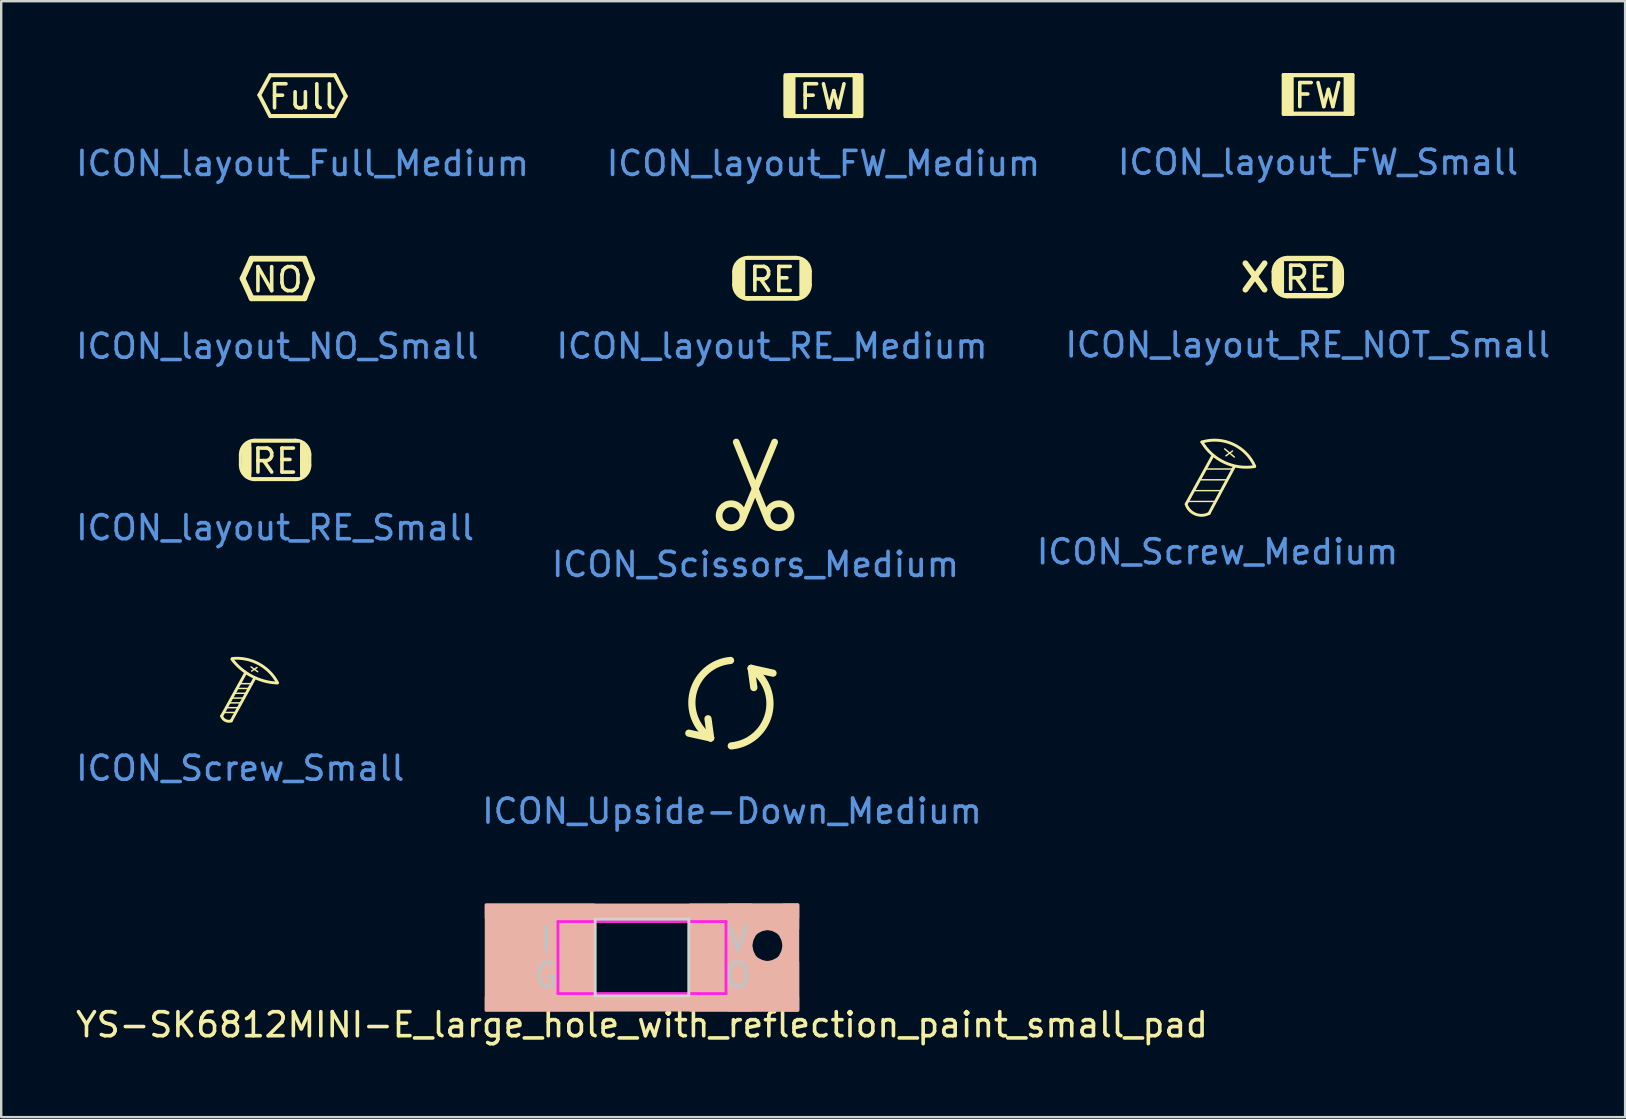
<source format=kicad_pcb>
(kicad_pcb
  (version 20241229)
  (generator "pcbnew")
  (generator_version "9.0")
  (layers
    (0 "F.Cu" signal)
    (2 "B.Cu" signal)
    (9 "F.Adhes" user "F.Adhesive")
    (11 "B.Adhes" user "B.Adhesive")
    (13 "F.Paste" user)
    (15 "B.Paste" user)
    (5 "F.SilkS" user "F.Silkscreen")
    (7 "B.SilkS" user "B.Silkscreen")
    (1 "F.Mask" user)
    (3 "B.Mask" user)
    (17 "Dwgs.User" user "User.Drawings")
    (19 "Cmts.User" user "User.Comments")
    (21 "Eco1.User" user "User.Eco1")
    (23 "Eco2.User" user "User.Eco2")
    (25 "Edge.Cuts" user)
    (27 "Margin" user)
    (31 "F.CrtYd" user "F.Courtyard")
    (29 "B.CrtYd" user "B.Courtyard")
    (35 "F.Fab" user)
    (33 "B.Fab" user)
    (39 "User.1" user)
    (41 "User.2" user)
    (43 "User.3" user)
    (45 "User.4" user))
  (footprint "ICON_layout_RE_NOT_Small"
    (layer "F.Cu")
    (at 51.435 10.618)
    (property "Reference" "ICON_layout_RE_NOT_Small" (at 0 0.7 0) (layer "Cmts.User") (effects (font (size 1 1) (thickness 0.15))))
    (attr through_hole)
    (fp_line (start -2.6 -1.6) (end -1.8 -2.7) (stroke (width 0.24) (type solid)) (layer "F.SilkS"))
    (fp_line (start -1.8 -1.6) (end -2.6 -2.7) (stroke (width 0.24) (type solid)) (layer "F.SilkS"))
    (fp_line (start -1.45 -2.35) (end -1.45 -1.9) (stroke (width 0.12) (type solid)) (layer "F.SilkS"))
    (fp_line (start -0.85 -2.95) (end 0.85 -2.95) (stroke (width 0.12) (type solid)) (layer "F.SilkS"))
    (fp_line (start 0.85 -1.3) (end -0.85 -1.3) (stroke (width 0.12) (type solid)) (layer "F.SilkS"))
    (fp_line (start 1.45 -2.35) (end 1.45 -1.9) (stroke (width 0.12) (type solid)) (layer "F.SilkS"))
    (fp_rect (start -1.35 -2.65) (end -1.05 -1.6) (stroke (width 0.12) (type solid)) (fill yes) (layer "F.SilkS"))
    (fp_rect (start -1.2 -2.8) (end -1.05 -1.45) (stroke (width 0.12) (type solid)) (fill yes) (layer "F.SilkS"))
    (fp_rect (start -1 -2.9) (end 1.03 -2.85) (stroke (width 0.12) (type solid)) (fill yes) (layer "F.SilkS"))
    (fp_rect (start -1 -1.4) (end 1.045 -1.35) (stroke (width 0.12) (type solid)) (fill yes) (layer "F.SilkS"))
    (fp_rect (start 1.1 -2.8) (end 1.2 -1.45) (stroke (width 0.12) (type solid)) (fill yes) (layer "F.SilkS"))
    (fp_rect (start 1.1 -2.65) (end 1.35 -1.6) (stroke (width 0.12) (type solid)) (fill yes) (layer "F.SilkS"))
    (fp_arc (start -1.45 -2.35) (mid -1.274264 -2.774264) (end -0.85 -2.95) (stroke (width 0.12) (type solid)) (layer "F.SilkS"))
    (fp_arc (start -0.85 -1.3) (mid -1.274264 -1.475736) (end -1.45 -1.9) (stroke (width 0.12) (type solid)) (layer "F.SilkS"))
    (fp_arc (start 0.85 -2.95) (mid 1.274264 -2.774264) (end 1.45 -2.35) (stroke (width 0.12) (type solid)) (layer "F.SilkS"))
    (fp_arc (start 1.45 -1.9) (mid 1.274264 -1.475736) (end 0.85 -1.3) (stroke (width 0.12) (type solid)) (layer "F.SilkS"))
    (fp_text user "RE" (at 0 -2.075 0) (unlocked yes) (layer "F.SilkS") (effects (font (size 1 1) (thickness 0.15)))))
  (footprint "ICON_layout_RE_Medium"
    (layer "F.Cu")
    (at 29.113 10.668)
    (property "Reference" "ICON_layout_RE_Medium" (at 0 0.7 0) (layer "Cmts.User") (effects (font (size 1 1) (thickness 0.15))))
    (attr through_hole)
    (fp_line (start -1.6 -2.4) (end -1.6 -1.85) (stroke (width 0.12) (type solid)) (layer "F.SilkS"))
    (fp_line (start -1 -3) (end 1 -3) (stroke (width 0.12) (type solid)) (layer "F.SilkS"))
    (fp_line (start 1 -1.25) (end -1 -1.25) (stroke (width 0.12) (type solid)) (layer "F.SilkS"))
    (fp_line (start 1.6 -2.4) (end 1.6 -1.85) (stroke (width 0.12) (type solid)) (layer "F.SilkS"))
    (fp_rect (start -1.525 -2.65) (end -1.2 -1.6) (stroke (width 0.12) (type solid)) (fill yes) (layer "F.SilkS"))
    (fp_rect (start -1.4 -2.825) (end -1.2 -1.425) (stroke (width 0.12) (type solid)) (fill yes) (layer "F.SilkS"))
    (fp_rect (start -1.225 -2.925) (end -1.175 -1.325) (stroke (width 0.12) (type solid)) (fill yes) (layer "F.SilkS"))
    (fp_rect (start -1.15 -2.95) (end 1.175 -2.95) (stroke (width 0.12) (type solid)) (fill yes) (layer "F.SilkS"))
    (fp_rect (start -1.125 -1.325) (end 1.15 -1.325) (stroke (width 0.12) (type solid)) (fill yes) (layer "F.SilkS"))
    (fp_rect (start 1.2 -2.925) (end 1.25 -1.325) (stroke (width 0.12) (type solid)) (fill yes) (layer "F.SilkS"))
    (fp_rect (start 1.225 -2.825) (end 1.4 -1.425) (stroke (width 0.12) (type solid)) (fill yes) (layer "F.SilkS"))
    (fp_rect (start 1.25 -2.65) (end 1.525 -1.6) (stroke (width 0.12) (type solid)) (fill yes) (layer "F.SilkS"))
    (fp_arc (start -1.6 -2.4) (mid -1.424264 -2.824264) (end -1 -3) (stroke (width 0.12) (type solid)) (layer "F.SilkS"))
    (fp_arc (start -1 -1.25) (mid -1.424264 -1.425736) (end -1.6 -1.85) (stroke (width 0.12) (type solid)) (layer "F.SilkS"))
    (fp_arc (start 1 -3) (mid 1.424264 -2.824264) (end 1.6 -2.4) (stroke (width 0.12) (type solid)) (layer "F.SilkS"))
    (fp_arc (start 1.6 -1.85) (mid 1.424264 -1.425736) (end 1 -1.25) (stroke (width 0.12) (type solid)) (layer "F.SilkS"))
    (fp_text user "RE" (at 0 -2.075 0) (unlocked yes) (layer "F.SilkS") (effects (font (size 1 1) (thickness 0.15)))))
  (footprint "ICON_Upside-Down_Medium"
    (layer "F.Cu")
    (at 27.446 30.245)
    (property "Reference" "ICON_Upside-Down_Medium" (at 0 0.5 0) (layer "Cmts.User") (effects (font (size 1 1) (thickness 0.15))))
    (attr through_hole)
    (fp_line (start -0.89 -2.55) (end -1.8 -2.75) (stroke (width 0.3) (type solid)) (layer "F.SilkS"))
    (fp_line (start -0.89 -2.55) (end -1 -3.35) (stroke (width 0.3) (type solid)) (layer "F.SilkS"))
    (fp_line (start 0.8 -5.45) (end 0.91 -4.65) (stroke (width 0.3) (type solid)) (layer "F.SilkS"))
    (fp_line (start 0.8 -5.45) (end 1.71 -5.25) (stroke (width 0.3) (type solid)) (layer "F.SilkS"))
    (fp_arc (start -0.89 -2.55) (mid -1.615568 -4.461092) (end -0.06 -5.78) (stroke (width 0.3) (type solid)) (layer "F.SilkS"))
    (fp_arc (start 0.8 -5.45) (mid 1.526295 -3.541726) (end -0.03 -2.22) (stroke (width 0.3) (type solid)) (layer "F.SilkS")))
  (footprint "ICON_layout_NO_Small"
    (layer "F.Cu")
    (at 8.506 10.678)
    (property "Reference" "ICON_layout_NO_Small" (at 0 0.7 0) (layer "Cmts.User") (effects (font (size 1 1) (thickness 0.15))))
    (attr through_hole)
    (fp_line (start -1.45 -2.125) (end -1.075 -2.95) (stroke (width 0.24) (type solid)) (layer "F.SilkS"))
    (fp_line (start -1.075 -2.95) (end 1.125 -2.95) (stroke (width 0.24) (type solid)) (layer "F.SilkS"))
    (fp_line (start -1.075 -1.3) (end -1.45 -2.125) (stroke (width 0.24) (type solid)) (layer "F.SilkS"))
    (fp_line (start 1.125 -2.95) (end 1.45 -2.125) (stroke (width 0.24) (type solid)) (layer "F.SilkS"))
    (fp_line (start 1.125 -1.3) (end -1.075 -1.3) (stroke (width 0.24) (type solid)) (layer "F.SilkS"))
    (fp_line (start 1.45 -2.125) (end 1.125 -1.3) (stroke (width 0.24) (type solid)) (layer "F.SilkS"))
    (fp_text user "NO" (at 0 -2.075 0) (unlocked yes) (layer "F.SilkS") (effects (font (size 1 1) (thickness 0.15)))))
  (footprint "ICON_Screw_Small"
    (layer "F.Cu")
    (at 6.958 28.458)
    (property "Reference" "ICON_Screw_Small" (at 0 0.5 0) (layer "Cmts.User") (effects (font (size 1 1) (thickness 0.15))))
    (attr through_hole)
    (fp_line (start -0.675 -1.825) (end -0.175 -1.825) (stroke (width 0.06) (type solid)) (layer "F.SilkS"))
    (fp_line (start -0.575 -2.025) (end -0.075 -2.025) (stroke (width 0.06) (type solid)) (layer "F.SilkS"))
    (fp_line (start -0.425 -2.225) (end 0.025 -2.225) (stroke (width 0.06) (type solid)) (layer "F.SilkS"))
    (fp_line (start -0.375 -1.475) (end 0.6 -3.25) (stroke (width 0.12) (type solid)) (layer "F.SilkS"))
    (fp_line (start -0.325 -2.425) (end 0.175 -2.425) (stroke (width 0.06) (type solid)) (layer "F.SilkS"))
    (fp_line (start -0.225 -2.625) (end 0.275 -2.625) (stroke (width 0.06) (type solid)) (layer "F.SilkS"))
    (fp_line (start -0.125 -2.825) (end 0.375 -2.825) (stroke (width 0.06) (type solid)) (layer "F.SilkS"))
    (fp_line (start -0.025 -3.025) (end 0.475 -3.025) (stroke (width 0.06) (type solid)) (layer "F.SilkS"))
    (fp_line (start 0.225 -3.475) (end -0.775 -1.675) (stroke (width 0.12) (type solid)) (layer "F.SilkS"))
    (fp_line (start 0.45 -3.725) (end 0.725 -3.525) (stroke (width 0.06) (type solid)) (layer "F.SilkS"))
    (fp_line (start 0.7 -3.7) (end 0.475 -3.55) (stroke (width 0.06) (type solid)) (layer "F.SilkS"))
    (fp_arc (start -0.375001 -1.475001) (mid -0.616421 -1.492159) (end -0.774999 -1.675001) (stroke (width 0.12) (type solid)) (layer "F.SilkS"))
    (fp_arc (start -0.325 -4.075) (mid 0.766749 -3.854562) (end 1.552573 -3.065265) (stroke (width 0.12) (type solid)) (layer "F.SilkS"))
    (fp_arc (start 1.545169 -3.052199) (mid 0.48532 -3.33787) (end -0.35 -4.05) (stroke (width 0.12) (type solid)) (layer "F.SilkS")))
  (footprint "ICON_Scissors_Medium"
    (layer "F.Cu")
    (at 28.423 19.966)
    (property "Reference" "ICON_Scissors_Medium" (at 0 0.5 0) (layer "Cmts.User") (effects (font (size 1 1) (thickness 0.15))))
    (attr through_hole)
    (fp_line (start -0.515 -1.43) (end 0.8 -4.6) (stroke (width 0.28) (type solid)) (layer "F.SilkS"))
    (fp_line (start 0.485 -1.43) (end -0.8 -4.6) (stroke (width 0.28) (type solid)) (layer "F.SilkS"))
    (fp_circle (center -1.015 -1.53) (end -0.515 -1.53) (stroke (width 0.28) (type solid)) (fill no) (layer "F.SilkS"))
    (fp_circle (center 0.985 -1.53) (end 1.485 -1.53) (stroke (width 0.28) (type solid)) (fill no) (layer "F.SilkS")))
  (footprint "ICON_Screw_Medium"
    (layer "F.Cu")
    (at 47.673 19.44)
    (property "Reference" "ICON_Screw_Medium" (at 0 0.5 0) (layer "Cmts.User") (effects (font (size 1 1) (thickness 0.15))))
    (attr through_hole)
    (fp_line (start -1.175 -1.6) (end -0.125 -1.6) (stroke (width 0.06) (type solid)) (layer "F.SilkS"))
    (fp_line (start -0.925 -2.05) (end 0.125 -2.05) (stroke (width 0.06) (type solid)) (layer "F.SilkS"))
    (fp_line (start -0.675 -2.5) (end 0.375 -2.5) (stroke (width 0.06) (type solid)) (layer "F.SilkS"))
    (fp_line (start -0.45 -2.95) (end 0.6 -2.95) (stroke (width 0.06) (type solid)) (layer "F.SilkS"))
    (fp_line (start -0.35 -1.1) (end 0.7 -3.05) (stroke (width 0.12) (type solid)) (layer "F.SilkS"))
    (fp_line (start -0.2 -3.5) (end -1.3 -1.5) (stroke (width 0.12) (type solid)) (layer "F.SilkS"))
    (fp_line (start 0.3 -3.788) (end 0.7 -3.45) (stroke (width 0.06) (type solid)) (layer "F.SilkS"))
    (fp_line (start 0.625 -3.7) (end 0.35 -3.5) (stroke (width 0.06) (type solid)) (layer "F.SilkS"))
    (fp_arc (start -0.65 -4.075) (mid 0.642168 -3.98651) (end 1.552573 -3.065265) (stroke (width 0.12) (type solid)) (layer "F.SilkS"))
    (fp_arc (start -0.35 -1.1) (mid -0.918135 -1.068962) (end -1.308578 -1.482842) (stroke (width 0.12) (type solid)) (layer "F.SilkS"))
    (fp_arc (start 1.545169 -3.052199) (mid 0.289798 -3.224953) (end -0.65 -4.075) (stroke (width 0.12) (type solid)) (layer "F.SilkS")))
  (footprint "ICON_layout_Full_Medium"
    (layer "F.Cu")
    (at 9.554 3.06)
    (property "Reference" "ICON_layout_Full_Medium" (at 0 0.7 0) (layer "Cmts.User") (effects (font (size 1 1) (thickness 0.15))))
    (attr through_hole)
    (fp_line (start -1.8 -2.15) (end -1.35 -2.975) (stroke (width 0.16) (type solid)) (layer "F.SilkS"))
    (fp_line (start -1.35 -1.275) (end -1.8 -2.15) (stroke (width 0.16) (type solid)) (layer "F.SilkS"))
    (fp_line (start 1.35 -2.975) (end 1.8 -2.1) (stroke (width 0.16) (type solid)) (layer "F.SilkS"))
    (fp_line (start 1.8 -2.1) (end 1.35 -1.275) (stroke (width 0.16) (type solid)) (layer "F.SilkS"))
    (fp_rect (start -1.35 -3) (end 1.35 -2.95) (stroke (width 0.12) (type solid)) (fill yes) (layer "F.SilkS"))
    (fp_rect (start -1.35 -1.3) (end 1.35 -1.25) (stroke (width 0.12) (type solid)) (fill yes) (layer "F.SilkS"))
    (fp_text user "Full" (at 0 -2.075 0) (unlocked yes) (layer "F.SilkS") (effects (font (size 1 1) (thickness 0.15)))))
  (footprint "YS-SK6812MINI-E_large_hole_with_reflection_paint_small_pad"
    (layer "F.Cu")
    (at 23.696 36.843)
    (property "Reference" "YS-SK6812MINI-E_large_hole_with_reflection_paint_small_pad" (at 0 2.8 0) (layer "F.SilkS") (effects (font (size 1 1) (thickness 0.15))))
    (attr through_hole)
    (fp_line (start -4 0.1) (end -4 1) (stroke (width 0.2) (type solid)) (layer "F.SilkS"))
    (fp_line (start -4 1) (end -3.4 1.6) (stroke (width 0.2) (type solid)) (layer "F.SilkS"))
    (fp_line (start -3.4 1.6) (end -2.05 1.6) (stroke (width 0.2) (type solid)) (layer "F.SilkS"))
    (fp_line (start -2.05 0.1) (end -4 0.1) (stroke (width 0.2) (type solid)) (layer "F.SilkS"))
    (fp_poly (pts (xy -2 2.2) (xy -6.5 2.2) (xy -6.5 -2.2) (xy -2 -2.2)) (stroke (width 0.1) (type solid)) (fill yes) (layer "B.SilkS"))
    (fp_poly (pts (xy 4.55 2.2) (xy 2 2.2) (xy 2 -2.2) (xy 4.55 -2.2)) (stroke (width 0.1) (type solid)) (fill yes) (layer "B.SilkS"))
    (fp_poly (pts (xy 6.5 -1.65) (xy -6.5 -1.65) (xy -6.5 -2.2) (xy 6.5 -2.2)) (stroke (width 0.1) (type solid)) (fill yes) (layer "B.SilkS"))
    (fp_poly (pts (xy 6.5 -1.19) (xy 3.6 -1.19) (xy 3.6 -2.2) (xy 6.5 -2.2)) (stroke (width 0.1) (type solid)) (fill yes) (layer "B.SilkS"))
    (fp_poly (pts (xy 6.5 2.2) (xy -6.5 2.2) (xy -6.5 1.65) (xy 6.5 1.65)) (stroke (width 0.1) (type solid)) (fill yes) (layer "B.SilkS"))
    (fp_poly (pts (xy 6.5 2.2) (xy 3.6 2.2) (xy 3.6 0.19) (xy 6.5 0.19)) (stroke (width 0.1) (type solid)) (fill yes) (layer "B.SilkS"))
    (fp_poly (pts (xy 6.5 2.2) (xy 5.9 2.2) (xy 5.9 -2.2) (xy 6.5 -2.2)) (stroke (width 0.1) (type solid)) (fill yes) (layer "B.SilkS"))
    (fp_poly (pts (xy 4.6 -0.25) (xy 4.7 -0.05) (xy 4.8 0.05) (xy 5 0.15) (xy 5.2 0.2) (xy 4.55 0.2) (xy 4.55 -0.45)) (stroke (width 0.1) (type solid)) (fill yes) (layer "B.SilkS"))
    (fp_poly (pts (xy 5 -1.15) (xy 4.8 -1.05) (xy 4.7 -0.95) (xy 4.6 -0.75) (xy 4.55 -0.55) (xy 4.55 -1.2) (xy 5.2 -1.2)) (stroke (width 0.1) (type solid)) (fill yes) (layer "B.SilkS"))
    (fp_poly (pts (xy 5.45 0.15) (xy 5.65 0.05) (xy 5.75 -0.05) (xy 5.85 -0.25) (xy 5.9 -0.45) (xy 5.9 0.2) (xy 5.25 0.2)) (stroke (width 0.1) (type solid)) (fill yes) (layer "B.SilkS"))
    (fp_poly (pts (xy 5.85 -0.75) (xy 5.75 -0.95) (xy 5.65 -1.05) (xy 5.45 -1.15) (xy 5.25 -1.2) (xy 5.9 -1.2) (xy 5.9 -0.55)) (stroke (width 0.1) (type solid)) (fill yes) (layer "B.SilkS"))
    (fp_line (start -1.95 -1.6) (end -1.95 1.6) (stroke (width 0.12) (type solid)) (layer "Edge.Cuts"))
    (fp_line (start -1.95 1.6) (end 1.95 1.6) (stroke (width 0.12) (type solid)) (layer "Edge.Cuts"))
    (fp_line (start 1.95 -1.6) (end -1.95 -1.6) (stroke (width 0.12) (type solid)) (layer "Edge.Cuts"))
    (fp_line (start 1.95 1.6) (end 1.95 -1.6) (stroke (width 0.12) (type solid)) (layer "Edge.Cuts"))
    (fp_line (start -3.5 -1.5) (end -3.5 1.5) (stroke (width 0.12) (type solid)) (layer "F.CrtYd"))
    (fp_line (start -3.5 1.5) (end 3.5 1.5) (stroke (width 0.12) (type solid)) (layer "F.CrtYd"))
    (fp_line (start 3.5 -1.5) (end -3.5 -1.5) (stroke (width 0.12) (type solid)) (layer "F.CrtYd"))
    (fp_line (start 3.5 1.5) (end 3.5 -1.5) (stroke (width 0.12) (type solid)) (layer "F.CrtYd"))
    (fp_text user "G" (at -4 0.75 0) (layer "Dwgs.User") (effects (font (size 1 1) (thickness 0.15))))
    (fp_text user "V" (at 4 -0.75 0) (layer "Dwgs.User") (effects (font (size 1 1) (thickness 0.15))))
    (fp_text user "O" (at 4 0.75 0) (layer "Dwgs.User") (effects (font (size 1 1) (thickness 0.15))))
    (fp_text user "I" (at -4 -0.75 0) (layer "Dwgs.User") (effects (font (size 1 1) (thickness 0.15))))
    (pad "1" smd rect (at 2.638 -0.75) (size 1.275 0.82) (layers "F.Cu" "F.Mask" "F.Paste"))
    (pad "2" smd rect (at 2.638 0.75) (size 1.275 0.82) (layers "F.Cu" "F.Mask" "F.Paste"))
    (pad "3" smd rect (at -2.638 0.75) (size 1.275 0.82) (layers "F.Cu" "F.Mask" "F.Paste"))
    (pad "4" smd rect (at -2.638 -0.75) (size 1.275 0.82) (layers "F.Cu" "F.Mask" "F.Paste")))
  (footprint "ICON_layout_FW_Small"
    (layer "F.Cu")
    (at 51.863 3.01)
    (property "Reference" "ICON_layout_FW_Small" (at 0 0.7 0) (layer "Cmts.User") (effects (font (size 1 1) (thickness 0.15))))
    (attr through_hole)
    (fp_rect (start -1.45 -2.95) (end -1.075 -1.3) (stroke (width 0.12) (type solid)) (fill yes) (layer "F.SilkS"))
    (fp_rect (start -1.45 -2.95) (end 1.45 -2.9) (stroke (width 0.12) (type solid)) (fill yes) (layer "F.SilkS"))
    (fp_rect (start -1.45 -2.95) (end 1.45 -1.3) (stroke (width 0.12) (type solid)) (fill no) (layer "F.SilkS"))
    (fp_rect (start -1.45 -1.35) (end 1.45 -1.3) (stroke (width 0.12) (type solid)) (fill yes) (layer "F.SilkS"))
    (fp_rect (start 1.125 -2.95) (end 1.45 -1.3) (stroke (width 0.12) (type solid)) (fill yes) (layer "F.SilkS"))
    (fp_text user "FW" (at 0 -2.075 0) (unlocked yes) (layer "F.SilkS") (effects (font (size 1 1) (thickness 0.15)))))
  (footprint "ICON_layout_RE_Small"
    (layer "F.Cu")
    (at 8.411 18.236)
    (property "Reference" "ICON_layout_RE_Small" (at 0 0.7 0) (layer "Cmts.User") (effects (font (size 1 1) (thickness 0.15))))
    (attr through_hole)
    (fp_line (start -1.45 -2.35) (end -1.45 -1.9) (stroke (width 0.12) (type solid)) (layer "F.SilkS"))
    (fp_line (start -0.85 -2.95) (end 0.85 -2.95) (stroke (width 0.12) (type solid)) (layer "F.SilkS"))
    (fp_line (start 0.85 -1.3) (end -0.85 -1.3) (stroke (width 0.12) (type solid)) (layer "F.SilkS"))
    (fp_line (start 1.45 -2.35) (end 1.45 -1.9) (stroke (width 0.12) (type solid)) (layer "F.SilkS"))
    (fp_rect (start -1.35 -2.65) (end -1.05 -1.6) (stroke (width 0.12) (type solid)) (fill yes) (layer "F.SilkS"))
    (fp_rect (start -1.2 -2.825) (end -1.05 -1.425) (stroke (width 0.12) (type solid)) (fill yes) (layer "F.SilkS"))
    (fp_rect (start -1 -2.9) (end 1.03 -2.9) (stroke (width 0.12) (type solid)) (fill yes) (layer "F.SilkS"))
    (fp_rect (start -1 -1.35) (end 1.045 -1.35) (stroke (width 0.12) (type solid)) (fill yes) (layer "F.SilkS"))
    (fp_rect (start 1.1 -2.825) (end 1.2 -1.425) (stroke (width 0.12) (type solid)) (fill yes) (layer "F.SilkS"))
    (fp_rect (start 1.1 -2.65) (end 1.35 -1.6) (stroke (width 0.12) (type solid)) (fill yes) (layer "F.SilkS"))
    (fp_arc (start -1.45 -2.35) (mid -1.274264 -2.774264) (end -0.85 -2.95) (stroke (width 0.12) (type solid)) (layer "F.SilkS"))
    (fp_arc (start -0.85 -1.3) (mid -1.274264 -1.475736) (end -1.45 -1.9) (stroke (width 0.12) (type solid)) (layer "F.SilkS"))
    (fp_arc (start 0.85 -2.95) (mid 1.274264 -2.774264) (end 1.45 -2.35) (stroke (width 0.12) (type solid)) (layer "F.SilkS"))
    (fp_arc (start 1.45 -1.9) (mid 1.274264 -1.475736) (end 0.85 -1.3) (stroke (width 0.12) (type solid)) (layer "F.SilkS"))
    (fp_text user "RE" (at 0 -2.075 0) (unlocked yes) (layer "F.SilkS") (effects (font (size 1 1) (thickness 0.15)))))
  (footprint "ICON_layout_FW_Medium"
    (layer "F.Cu")
    (at 31.256 3.06)
    (property "Reference" "ICON_layout_FW_Medium" (at 0 0.7 0) (layer "Cmts.User") (effects (font (size 1 1) (thickness 0.15))))
    (attr through_hole)
    (fp_rect (start -1.6 -3) (end 1.6 -1.25) (stroke (width 0.12) (type solid)) (fill no) (layer "F.SilkS"))
    (fp_rect (start -1.6 -2.95) (end -1.225 -1.3) (stroke (width 0.12) (type solid)) (fill yes) (layer "F.SilkS"))
    (fp_rect (start -1.45 -3) (end 1.45 -2.95) (stroke (width 0.12) (type solid)) (fill yes) (layer "F.SilkS"))
    (fp_rect (start -1.45 -1.3) (end 1.45 -1.25) (stroke (width 0.12) (type solid)) (fill yes) (layer "F.SilkS"))
    (fp_rect (start 1.275 -2.95) (end 1.6 -1.3) (stroke (width 0.12) (type solid)) (fill yes) (layer "F.SilkS"))
    (fp_text user "FW" (at 0 -2.075 0) (unlocked yes) (layer "F.SilkS") (effects (font (size 1 1) (thickness 0.15)))))
  (gr_rect
    (start -3 -3)
    (end 64.655 43.491)
    (stroke (width 0.1) (type default))
    (fill no)
    (layer "Edge.Cuts")))
</source>
